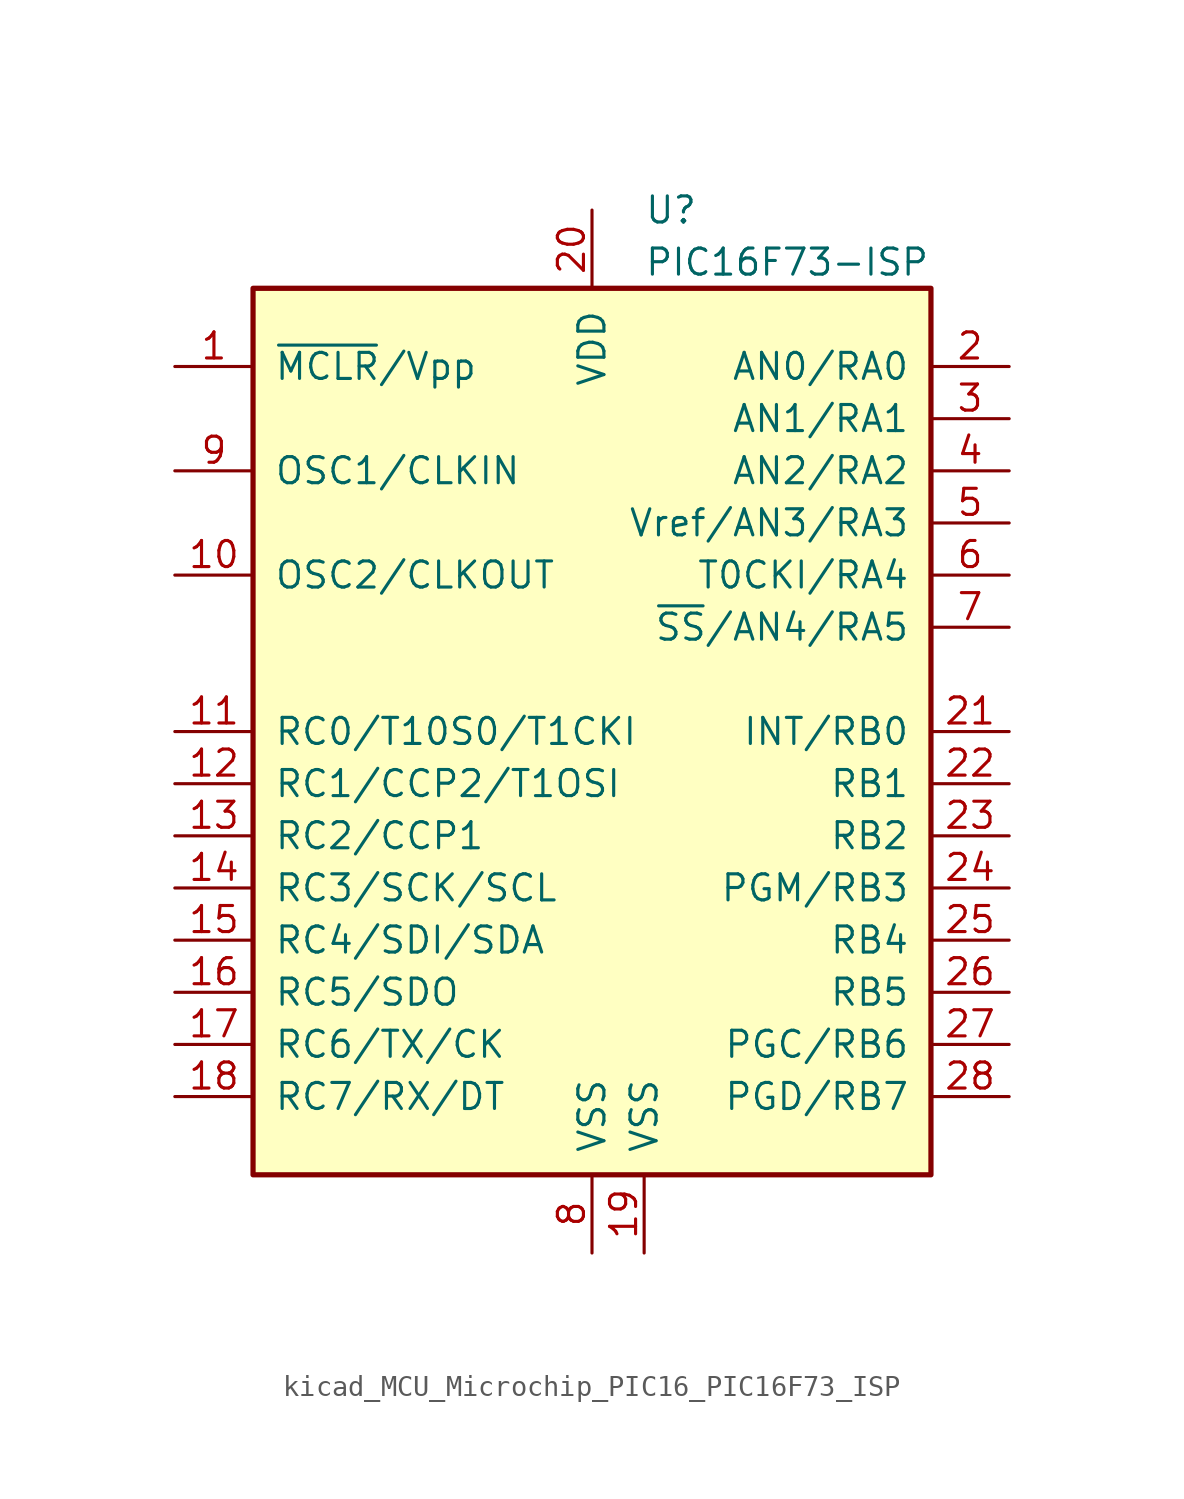
<source format=kicad_sym>
(kicad_symbol_lib
  (version 20220914)
  (generator kicad_symbol_editor)
  (symbol "kicad_MCU_Microchip_PIC16_PIC16F73_ISP"
    (pin_names
      (offset 1.016))
    (property "Reference" "U"
      (at 2.54 25.4 0)
      (effects (font (size 1.27 1.27)) (justify left)))
    (property "Value" "PIC16F73-ISP"
      (at 2.54 22.86 0)
      (effects (font (size 1.27 1.27)) (justify left)))
    (symbol "kicad_MCU_Microchip_PIC16_PIC16F73_ISP_0_1"
      (rectangle (start -16.51 -21.59) (end 16.51 21.59) (stroke (width 0.254) (type default)) (fill (type background))))
    (symbol "kicad_MCU_Microchip_PIC16_PIC16F73_ISP_1_1"
      (pin input line (at -20.32 17.78 0) (length 3.81) (name "~{MCLR}/Vpp" (effects (font (size 1.27 1.27)))) (number "1" (effects (font (size 1.27 1.27)))))
      (pin output line (at -20.32 7.62 0) (length 3.81) (name "OSC2/CLKOUT" (effects (font (size 1.27 1.27)))) (number "10" (effects (font (size 1.27 1.27)))))
      (pin bidirectional line (at -20.32 0 0) (length 3.81) (name "RC0/T10S0/T1CKI" (effects (font (size 1.27 1.27)))) (number "11" (effects (font (size 1.27 1.27)))))
      (pin bidirectional line (at -20.32 -2.54 0) (length 3.81) (name "RC1/CCP2/T1OSI" (effects (font (size 1.27 1.27)))) (number "12" (effects (font (size 1.27 1.27)))))
      (pin bidirectional line (at -20.32 -5.08 0) (length 3.81) (name "RC2/CCP1" (effects (font (size 1.27 1.27)))) (number "13" (effects (font (size 1.27 1.27)))))
      (pin bidirectional line (at -20.32 -7.62 0) (length 3.81) (name "RC3/SCK/SCL" (effects (font (size 1.27 1.27)))) (number "14" (effects (font (size 1.27 1.27)))))
      (pin bidirectional line (at -20.32 -10.16 0) (length 3.81) (name "RC4/SDI/SDA" (effects (font (size 1.27 1.27)))) (number "15" (effects (font (size 1.27 1.27)))))
      (pin bidirectional line (at -20.32 -12.7 0) (length 3.81) (name "RC5/SDO" (effects (font (size 1.27 1.27)))) (number "16" (effects (font (size 1.27 1.27)))))
      (pin bidirectional line (at -20.32 -15.24 0) (length 3.81) (name "RC6/TX/CK" (effects (font (size 1.27 1.27)))) (number "17" (effects (font (size 1.27 1.27)))))
      (pin bidirectional line (at -20.32 -17.78 0) (length 3.81) (name "RC7/RX/DT" (effects (font (size 1.27 1.27)))) (number "18" (effects (font (size 1.27 1.27)))))
      (pin power_in line (at 2.54 -25.4 90) (length 3.81) (name "VSS" (effects (font (size 1.27 1.27)))) (number "19" (effects (font (size 1.27 1.27)))))
      (pin bidirectional line (at 20.32 17.78 180) (length 3.81) (name "AN0/RA0" (effects (font (size 1.27 1.27)))) (number "2" (effects (font (size 1.27 1.27)))))
      (pin power_in line (at 0 25.4 270) (length 3.81) (name "VDD" (effects (font (size 1.27 1.27)))) (number "20" (effects (font (size 1.27 1.27)))))
      (pin bidirectional line (at 20.32 0 180) (length 3.81) (name "INT/RB0" (effects (font (size 1.27 1.27)))) (number "21" (effects (font (size 1.27 1.27)))))
      (pin bidirectional line (at 20.32 -2.54 180) (length 3.81) (name "RB1" (effects (font (size 1.27 1.27)))) (number "22" (effects (font (size 1.27 1.27)))))
      (pin bidirectional line (at 20.32 -5.08 180) (length 3.81) (name "RB2" (effects (font (size 1.27 1.27)))) (number "23" (effects (font (size 1.27 1.27)))))
      (pin bidirectional line (at 20.32 -7.62 180) (length 3.81) (name "PGM/RB3" (effects (font (size 1.27 1.27)))) (number "24" (effects (font (size 1.27 1.27)))))
      (pin bidirectional line (at 20.32 -10.16 180) (length 3.81) (name "RB4" (effects (font (size 1.27 1.27)))) (number "25" (effects (font (size 1.27 1.27)))))
      (pin bidirectional line (at 20.32 -12.7 180) (length 3.81) (name "RB5" (effects (font (size 1.27 1.27)))) (number "26" (effects (font (size 1.27 1.27)))))
      (pin bidirectional line (at 20.32 -15.24 180) (length 3.81) (name "PGC/RB6" (effects (font (size 1.27 1.27)))) (number "27" (effects (font (size 1.27 1.27)))))
      (pin bidirectional line (at 20.32 -17.78 180) (length 3.81) (name "PGD/RB7" (effects (font (size 1.27 1.27)))) (number "28" (effects (font (size 1.27 1.27)))))
      (pin bidirectional line (at 20.32 15.24 180) (length 3.81) (name "AN1/RA1" (effects (font (size 1.27 1.27)))) (number "3" (effects (font (size 1.27 1.27)))))
      (pin bidirectional line (at 20.32 12.7 180) (length 3.81) (name "AN2/RA2" (effects (font (size 1.27 1.27)))) (number "4" (effects (font (size 1.27 1.27)))))
      (pin bidirectional line (at 20.32 10.16 180) (length 3.81) (name "Vref/AN3/RA3" (effects (font (size 1.27 1.27)))) (number "5" (effects (font (size 1.27 1.27)))))
      (pin bidirectional line (at 20.32 7.62 180) (length 3.81) (name "T0CKI/RA4" (effects (font (size 1.27 1.27)))) (number "6" (effects (font (size 1.27 1.27)))))
      (pin bidirectional line (at 20.32 5.08 180) (length 3.81) (name "~{SS}/AN4/RA5" (effects (font (size 1.27 1.27)))) (number "7" (effects (font (size 1.27 1.27)))))
      (pin power_in line (at 0 -25.4 90) (length 3.81) (name "VSS" (effects (font (size 1.27 1.27)))) (number "8" (effects (font (size 1.27 1.27)))))
      (pin input line (at -20.32 12.7 0) (length 3.81) (name "OSC1/CLKIN" (effects (font (size 1.27 1.27)))) (number "9" (effects (font (size 1.27 1.27))))))))
</source>
